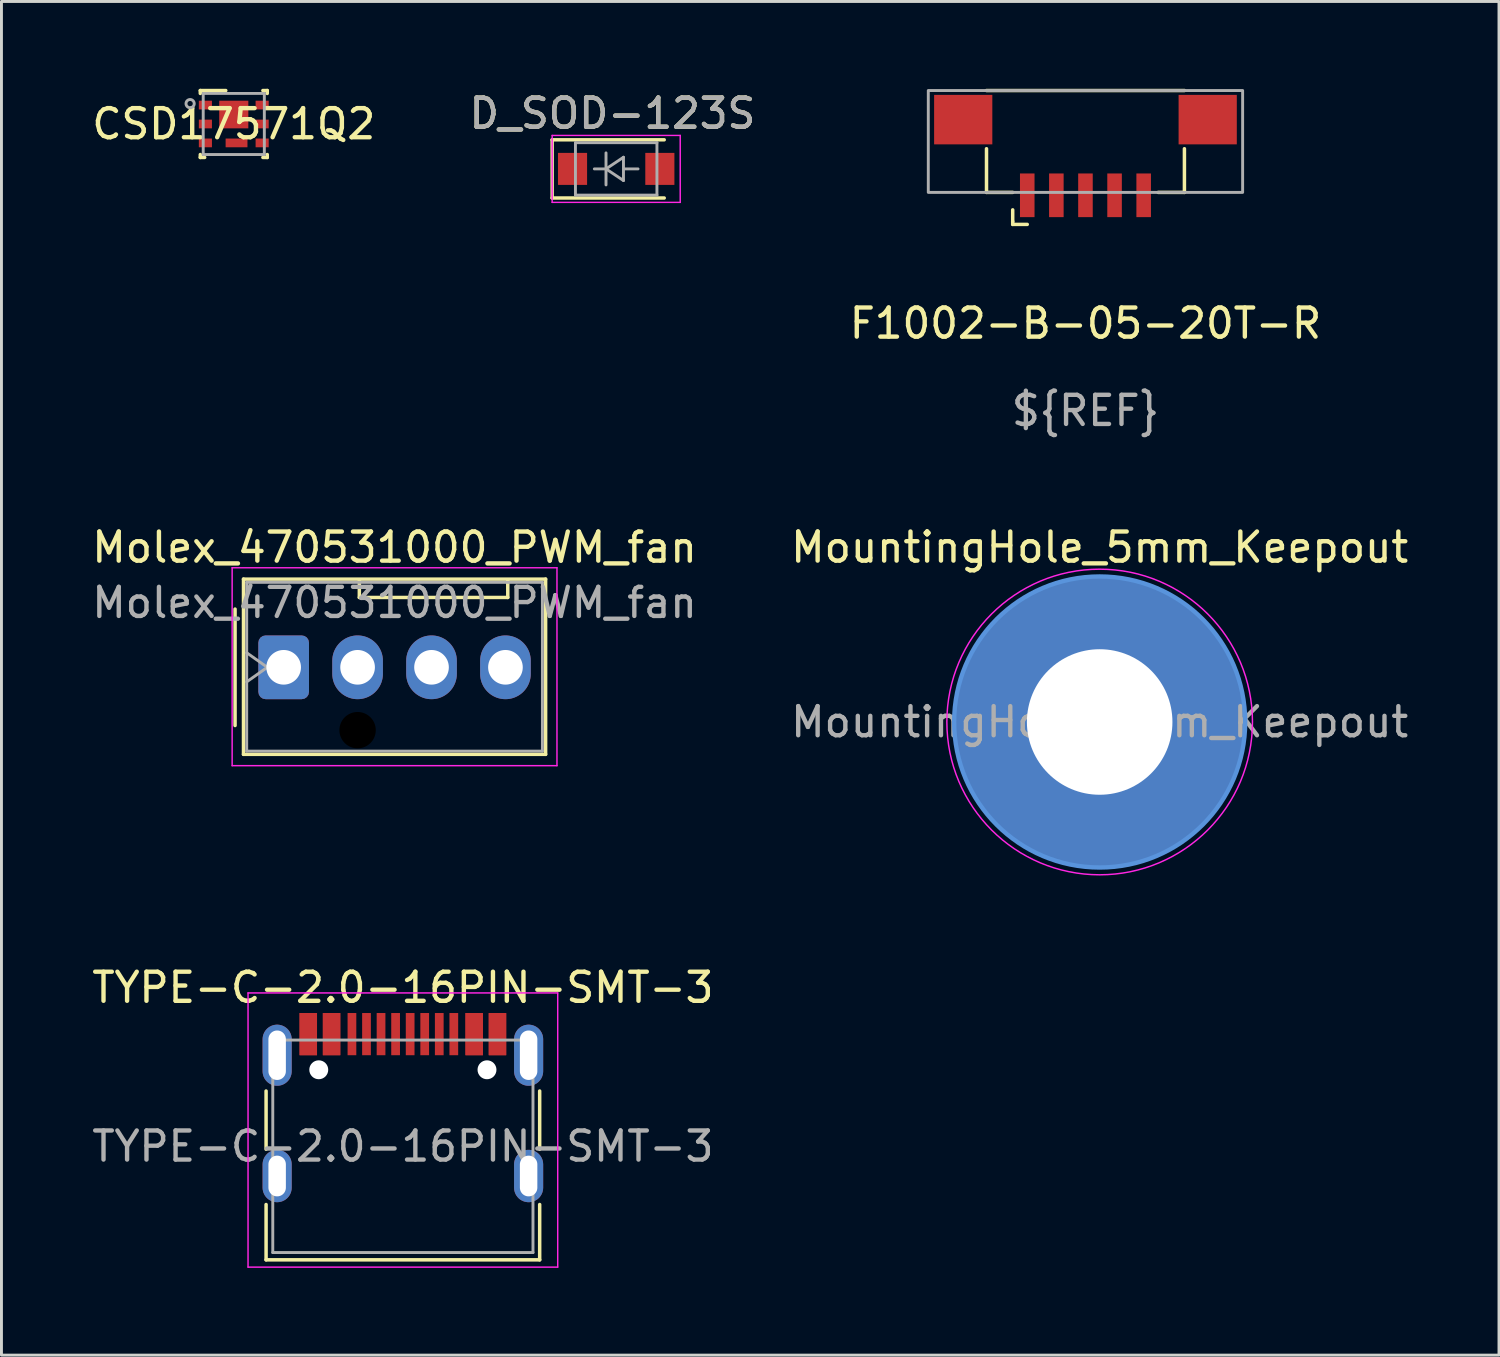
<source format=kicad_pcb>
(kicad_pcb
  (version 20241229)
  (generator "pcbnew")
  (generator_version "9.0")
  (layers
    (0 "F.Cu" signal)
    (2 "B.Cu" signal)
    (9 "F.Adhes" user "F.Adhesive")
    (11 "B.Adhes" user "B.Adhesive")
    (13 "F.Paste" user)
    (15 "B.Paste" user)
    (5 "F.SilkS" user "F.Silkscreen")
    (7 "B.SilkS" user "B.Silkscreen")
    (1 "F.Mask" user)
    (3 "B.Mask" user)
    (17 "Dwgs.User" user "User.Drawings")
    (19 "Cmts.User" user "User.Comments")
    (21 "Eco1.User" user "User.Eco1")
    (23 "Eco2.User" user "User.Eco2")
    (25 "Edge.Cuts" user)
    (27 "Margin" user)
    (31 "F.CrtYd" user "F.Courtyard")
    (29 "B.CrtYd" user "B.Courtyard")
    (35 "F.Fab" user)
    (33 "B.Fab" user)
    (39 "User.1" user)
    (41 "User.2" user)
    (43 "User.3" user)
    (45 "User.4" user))
  (footprint "Molex_470531000_PWM_fan"
    (layer "F.Cu")
    (at 6.696 19.877)
    (property "Reference" "Molex_470531000_PWM_fan" (at 3.81 -4.12 0) (layer "F.SilkS") (effects (font (size 1 1) (thickness 0.15))))
    (attr through_hole)
    (fp_line (start -1.67 -2) (end -1.67 2) (stroke (width 0.12) (type solid)) (layer "F.SilkS"))
    (fp_line (start -1.38 -3.03) (end -1.38 2.99) (stroke (width 0.12) (type solid)) (layer "F.SilkS"))
    (fp_line (start -1.38 2.99) (end 9 2.99) (stroke (width 0.12) (type solid)) (layer "F.SilkS"))
    (fp_line (start 2.6 -2.4) (end 2.6 -3) (stroke (width 0.12) (type solid)) (layer "F.SilkS"))
    (fp_line (start 2.6 -2.4) (end 7.7 -2.4) (stroke (width 0.12) (type solid)) (layer "F.SilkS"))
    (fp_line (start 7.7 -2.4) (end 7.7 -3) (stroke (width 0.12) (type solid)) (layer "F.SilkS"))
    (fp_line (start 9 -3.03) (end -1.38 -3.03) (stroke (width 0.12) (type solid)) (layer "F.SilkS"))
    (fp_line (start 9 2.99) (end 9 -3.03) (stroke (width 0.12) (type solid)) (layer "F.SilkS"))
    (fp_line (start -1.77 -3.42) (end -1.77 3.38) (stroke (width 0.05) (type solid)) (layer "F.CrtYd"))
    (fp_line (start -1.77 3.38) (end 9.39 3.38) (stroke (width 0.05) (type solid)) (layer "F.CrtYd"))
    (fp_line (start 9.39 -3.42) (end -1.77 -3.42) (stroke (width 0.05) (type solid)) (layer "F.CrtYd"))
    (fp_line (start 9.39 3.38) (end 9.39 -3.42) (stroke (width 0.05) (type solid)) (layer "F.CrtYd"))
    (fp_line (start -1.27 -2.92) (end -1.27 2.88) (stroke (width 0.1) (type solid)) (layer "F.Fab"))
    (fp_line (start -1.27 -0.5) (end -0.563 0) (stroke (width 0.1) (type solid)) (layer "F.Fab"))
    (fp_line (start -1.27 2.88) (end 8.89 2.88) (stroke (width 0.1) (type solid)) (layer "F.Fab"))
    (fp_line (start -0.563 0) (end -1.27 0.5) (stroke (width 0.1) (type solid)) (layer "F.Fab"))
    (fp_line (start 8.89 -2.92) (end -1.27 -2.92) (stroke (width 0.1) (type solid)) (layer "F.Fab"))
    (fp_line (start 8.89 2.88) (end 8.89 -2.92) (stroke (width 0.1) (type solid)) (layer "F.Fab"))
    (fp_text user "${REFERENCE}" (at 3.81 -2.22 0) (layer "F.Fab") (effects (font (size 1 1) (thickness 0.15))))
    (pad "" np_thru_hole circle (at 2.54 2.16) (size 1.5 1.5) (drill 1.25) (layers "*.Mask"))
    (pad "1" thru_hole roundrect (at 0 0) (size 1.74 2.19) (drill 1.19) (layers "*.Cu" "*.Mask") (roundrect_rratio 0.144))
    (pad "2" thru_hole oval (at 2.54 0) (size 1.74 2.19) (drill 1.19) (layers "*.Cu" "*.Mask"))
    (pad "3" thru_hole oval (at 5.08 0) (size 1.74 2.19) (drill 1.19) (layers "*.Cu" "*.Mask"))
    (pad "4" thru_hole oval (at 7.62 0) (size 1.74 2.19) (drill 1.19) (layers "*.Cu" "*.Mask")))
  (footprint "MountingHole_5mm_Keepout"
    (layer "F.Cu")
    (at 34.732 21.756)
    (property "Reference" "MountingHole_5mm_Keepout" (at 0 -6 0) (layer "F.SilkS") (effects (font (size 1 1) (thickness 0.15))))
    (attr exclude_from_pos_files exclude_from_bom)
    (fp_circle (center 0 0) (end 5 0) (stroke (width 0.15) (type solid)) (fill no) (layer "Cmts.User"))
    (fp_circle (center 0 0) (end 5.25 0) (stroke (width 0.05) (type solid)) (fill no) (layer "F.CrtYd"))
    (fp_text user "${REFERENCE}" (at 0 0 0) (layer "F.Fab") (effects (font (size 1 1) (thickness 0.15))))
    (pad "" thru_hole circle (at 0 0) (size 10 10) (drill 5) (layers "*.Cu" "*.Mask")))
  (footprint "TYPE-C-2.0-16PIN-SMT-3"
    (layer "F.Cu")
    (at 10.792 36.335)
    (property "Reference" "TYPE-C-2.0-16PIN-SMT-3" (at 0 -5.455 0) (layer "F.SilkS") (effects (font (size 1 1) (thickness 0.15))))
    (attr smd)
    (fp_line (start -4.7 -1.9) (end -4.7 0.1) (stroke (width 0.12) (type solid)) (layer "F.SilkS"))
    (fp_line (start -4.7 2) (end -4.7 3.9) (stroke (width 0.12) (type solid)) (layer "F.SilkS"))
    (fp_line (start -4.7 3.9) (end 4.7 3.9) (stroke (width 0.12) (type solid)) (layer "F.SilkS"))
    (fp_line (start 4.7 -1.9) (end 4.7 0.1) (stroke (width 0.12) (type solid)) (layer "F.SilkS"))
    (fp_line (start 4.7 2) (end 4.7 3.9) (stroke (width 0.12) (type solid)) (layer "F.SilkS"))
    (fp_line (start -5.32 -5.27) (end -5.32 4.15) (stroke (width 0.05) (type solid)) (layer "F.CrtYd"))
    (fp_line (start -5.32 -5.27) (end 5.32 -5.27) (stroke (width 0.05) (type solid)) (layer "F.CrtYd"))
    (fp_line (start -5.32 4.15) (end 5.32 4.15) (stroke (width 0.05) (type solid)) (layer "F.CrtYd"))
    (fp_line (start 5.32 -5.27) (end 5.32 4.15) (stroke (width 0.05) (type solid)) (layer "F.CrtYd"))
    (fp_line (start -4.47 -3.65) (end -4.47 3.65) (stroke (width 0.1) (type solid)) (layer "F.Fab"))
    (fp_line (start -4.47 -3.65) (end 4.47 -3.65) (stroke (width 0.1) (type solid)) (layer "F.Fab"))
    (fp_line (start -4.47 3.65) (end 4.47 3.65) (stroke (width 0.1) (type solid)) (layer "F.Fab"))
    (fp_line (start 4.47 -3.65) (end 4.47 3.65) (stroke (width 0.1) (type solid)) (layer "F.Fab"))
    (fp_text user "${REFERENCE}" (at 0 0 0) (layer "F.Fab") (effects (font (size 1 1) (thickness 0.15))))
    (pad "" np_thru_hole circle (at -2.89 -2.63) (size 0.65 0.65) (drill 0.65) (layers "*.Cu" "*.Mask"))
    (pad "" np_thru_hole circle (at 2.89 -2.63) (size 0.65 0.65) (drill 0.65) (layers "*.Cu" "*.Mask"))
    (pad "A1" smd rect (at -3.25 -3.855) (size 0.6 1.45) (layers "F.Cu" "F.Mask" "F.Paste"))
    (pad "A4" smd rect (at -2.45 -3.855) (size 0.6 1.45) (layers "F.Cu" "F.Mask" "F.Paste"))
    (pad "A5" smd rect (at -1.25 -3.855) (size 0.3 1.45) (layers "F.Cu" "F.Mask" "F.Paste"))
    (pad "A6" smd rect (at -0.25 -3.855) (size 0.3 1.45) (layers "F.Cu" "F.Mask" "F.Paste"))
    (pad "A7" smd rect (at 0.25 -3.855) (size 0.3 1.45) (layers "F.Cu" "F.Mask" "F.Paste"))
    (pad "A8" smd rect (at 1.25 -3.855) (size 0.3 1.45) (layers "F.Cu" "F.Mask" "F.Paste"))
    (pad "A9" smd rect (at 2.45 -3.855) (size 0.6 1.45) (layers "F.Cu" "F.Mask" "F.Paste"))
    (pad "A12" smd rect (at 3.25 -3.855) (size 0.6 1.45) (layers "F.Cu" "F.Mask" "F.Paste"))
    (pad "B1" smd rect (at 3.25 -3.855) (size 0.6 1.45) (layers "F.Cu" "F.Mask" "F.Paste"))
    (pad "B4" smd rect (at 2.45 -3.855) (size 0.6 1.45) (layers "F.Cu" "F.Mask" "F.Paste"))
    (pad "B5" smd rect (at 1.75 -3.855) (size 0.3 1.45) (layers "F.Cu" "F.Mask" "F.Paste"))
    (pad "B6" smd rect (at 0.75 -3.855) (size 0.3 1.45) (layers "F.Cu" "F.Mask" "F.Paste"))
    (pad "B7" smd rect (at -0.75 -3.855) (size 0.3 1.45) (layers "F.Cu" "F.Mask" "F.Paste"))
    (pad "B8" smd rect (at -1.75 -3.855) (size 0.3 1.45) (layers "F.Cu" "F.Mask" "F.Paste"))
    (pad "B9" smd rect (at -2.45 -3.855) (size 0.6 1.45) (layers "F.Cu" "F.Mask" "F.Paste"))
    (pad "B12" smd rect (at -3.25 -3.855) (size 0.6 1.45) (layers "F.Cu" "F.Mask" "F.Paste"))
    (pad "S1" thru_hole oval (at -4.32 -3.13) (size 1 2.1) (drill oval 0.6 1.7) (layers "*.Cu" "*.Mask"))
    (pad "S1" thru_hole oval (at -4.32 1.02) (size 1 1.8) (drill oval 0.6 1.4) (layers "*.Cu" "*.Mask"))
    (pad "S1" thru_hole oval (at 4.32 -3.13) (size 1 2.1) (drill oval 0.6 1.7) (layers "*.Cu" "*.Mask"))
    (pad "S1" thru_hole oval (at 4.32 1.02) (size 1 1.8) (drill oval 0.6 1.4) (layers "*.Cu" "*.Mask")))
  (footprint "D_SOD-123S"
    (layer "F.Cu")
    (at 18.121 2.753)
    (property "Reference" "D_SOD-123S" (at -0.127 -1.905 0) (layer "F.SilkS") (effects (font (size 1 1) (thickness 0.15))))
    (attr smd)
    (fp_line (start -2.2 -1) (end -2.2 1) (stroke (width 0.12) (type solid)) (layer "F.SilkS"))
    (fp_line (start -2.2 -1) (end 1.65 -1) (stroke (width 0.12) (type solid)) (layer "F.SilkS"))
    (fp_line (start -2.2 1) (end 1.65 1) (stroke (width 0.12) (type solid)) (layer "F.SilkS"))
    (fp_line (start -2.2 -1.15) (end -2.2 1.15) (stroke (width 0.05) (type solid)) (layer "F.CrtYd"))
    (fp_line (start -2.2 -1.15) (end 2.2 -1.15) (stroke (width 0.05) (type solid)) (layer "F.CrtYd"))
    (fp_line (start 2.2 -1.15) (end 2.2 1.15) (stroke (width 0.05) (type solid)) (layer "F.CrtYd"))
    (fp_line (start 2.2 1.15) (end -2.2 1.15) (stroke (width 0.05) (type solid)) (layer "F.CrtYd"))
    (fp_line (start -1.4 -0.9) (end 1.4 -0.9) (stroke (width 0.1) (type solid)) (layer "F.Fab"))
    (fp_line (start -1.4 0.9) (end -1.4 -0.9) (stroke (width 0.1) (type solid)) (layer "F.Fab"))
    (fp_line (start -0.75 0) (end -0.35 0) (stroke (width 0.1) (type solid)) (layer "F.Fab"))
    (fp_line (start -0.35 0) (end -0.35 -0.55) (stroke (width 0.1) (type solid)) (layer "F.Fab"))
    (fp_line (start -0.35 0) (end -0.35 0.55) (stroke (width 0.1) (type solid)) (layer "F.Fab"))
    (fp_line (start -0.35 0) (end 0.25 -0.4) (stroke (width 0.1) (type solid)) (layer "F.Fab"))
    (fp_line (start 0.25 -0.4) (end 0.25 0.4) (stroke (width 0.1) (type solid)) (layer "F.Fab"))
    (fp_line (start 0.25 0) (end 0.75 0) (stroke (width 0.1) (type solid)) (layer "F.Fab"))
    (fp_line (start 0.25 0.4) (end -0.35 0) (stroke (width 0.1) (type solid)) (layer "F.Fab"))
    (fp_line (start 1.4 -0.9) (end 1.4 0.9) (stroke (width 0.1) (type solid)) (layer "F.Fab"))
    (fp_line (start 1.4 0.9) (end -1.4 0.9) (stroke (width 0.1) (type solid)) (layer "F.Fab"))
    (fp_text user "${REFERENCE}" (at -0.127 -1.905 0) (layer "F.Fab") (effects (font (size 1 1) (thickness 0.15))))
    (pad "1" smd rect (at -1.5 0) (size 1 1.1) (layers "F.Cu" "F.Mask" "F.Paste"))
    (pad "2" smd rect (at 1.5 0) (size 1 1.1) (layers "F.Cu" "F.Mask" "F.Paste")))
  (footprint "CSD17571Q2"
    (layer "F.Cu")
    (at 4.982 1.21)
    (property "Reference" "CSD17571Q2" (at 0 0 0) (layer "F.SilkS") (effects (font (size 1 1) (thickness 0.15))))
    (attr through_hole)
    (fp_line (start -1.15 -1.15) (end -0.275 -1.15) (stroke (width 0.12) (type solid)) (layer "F.SilkS"))
    (fp_line (start -1.15 -1.05) (end -1.15 -1.15) (stroke (width 0.12) (type solid)) (layer "F.SilkS"))
    (fp_line (start -1.15 1.15) (end -1.15 1.05) (stroke (width 0.12) (type solid)) (layer "F.SilkS"))
    (fp_line (start -1.15 1.15) (end -1 1.15) (stroke (width 0.12) (type solid)) (layer "F.SilkS"))
    (fp_line (start 1 -1.15) (end 1.15 -1.15) (stroke (width 0.12) (type solid)) (layer "F.SilkS"))
    (fp_line (start 1 1.15) (end 1.15 1.15) (stroke (width 0.12) (type solid)) (layer "F.SilkS"))
    (fp_line (start 1.15 -1.05) (end 1.15 -1.15) (stroke (width 0.12) (type solid)) (layer "F.SilkS"))
    (fp_line (start 1.15 1.15) (end 1.15 1.05) (stroke (width 0.12) (type solid)) (layer "F.SilkS"))
    (fp_poly (pts (xy -0.45 0.053) (xy -0.45 -0.703) (xy -0.449 -0.713) (xy -0.446 -0.723) (xy -0.441 -0.732) (xy -0.435 -0.74) (xy -0.427 -0.746) (xy -0.418 -0.751) (xy -0.408 -0.754) (xy -0.398 -0.755) (xy 0.398 -0.755) (xy 0.408 -0.754) (xy 0.418 -0.751) (xy 0.427 -0.746) (xy 0.435 -0.74) (xy 0.441 -0.732) (xy 0.446 -0.723) (xy 0.449 -0.713) (xy 0.45 -0.703) (xy 0.45 0.053) (xy 0.449 0.063) (xy 0.446 0.073) (xy 0.441 0.082) (xy 0.435 0.09) (xy 0.427 0.096) (xy 0.418 0.101) (xy 0.408 0.104) (xy 0.398 0.105) (xy -0.398 0.105) (xy -0.408 0.104) (xy -0.418 0.101) (xy -0.427 0.096) (xy -0.435 0.09) (xy -0.441 0.082) (xy -0.446 0.073) (xy -0.449 0.063)) (stroke (width 0.1) (type solid)) (fill yes) (layer "F.Paste"))
    (fp_poly (pts (xy -0.255 0.746) (xy -0.255 0.554) (xy -0.254 0.545) (xy -0.251 0.535) (xy -0.247 0.527) (xy -0.241 0.519) (xy -0.233 0.513) (xy -0.225 0.509) (xy -0.215 0.506) (xy -0.206 0.505) (xy 0.396 0.505) (xy 0.405 0.506) (xy 0.415 0.509) (xy 0.423 0.513) (xy 0.431 0.519) (xy 0.437 0.527) (xy 0.441 0.535) (xy 0.444 0.545) (xy 0.445 0.554) (xy 0.445 0.746) (xy 0.444 0.755) (xy 0.441 0.765) (xy 0.437 0.773) (xy 0.431 0.781) (xy 0.423 0.787) (xy 0.415 0.791) (xy 0.405 0.794) (xy 0.396 0.795) (xy -0.206 0.795) (xy -0.215 0.794) (xy -0.225 0.791) (xy -0.233 0.787) (xy -0.241 0.781) (xy -0.247 0.773) (xy -0.251 0.765) (xy -0.254 0.755)) (stroke (width 0.1) (type solid)) (fill yes) (layer "F.Paste"))
    (fp_line (start -1.05 -1.05) (end 1.05 -1.05) (stroke (width 0.1) (type solid)) (layer "F.Fab"))
    (fp_line (start -1.05 1.05) (end -1.05 -1.05) (stroke (width 0.1) (type solid)) (layer "F.Fab"))
    (fp_line (start -1.05 1.05) (end 1.05 1.05) (stroke (width 0.1) (type solid)) (layer "F.Fab"))
    (fp_line (start 1.05 1.05) (end 1.05 -1.05) (stroke (width 0.1) (type solid)) (layer "F.Fab"))
    (fp_circle (center -1.5 -0.7) (end -1.359 -0.7) (stroke (width 0.1) (type solid)) (fill no) (layer "F.Fab"))
    (pad "1" smd rect (at -0.975 -0.65) (size 0.45 0.3) (layers "F.Cu" "F.Mask" "F.Paste"))
    (pad "1" smd rect (at -0.975 0) (size 0.45 0.3) (layers "F.Cu" "F.Mask" "F.Paste"))
    (pad "1" smd rect (at 0 -0.325) (size 1 0.95) (layers "F.Cu" "F.Mask"))
    (pad "1" smd rect (at 0.975 -0.65) (size 0.45 0.3) (layers "F.Cu" "F.Mask" "F.Paste"))
    (pad "1" smd rect (at 0.975 0) (size 0.45 0.3) (layers "F.Cu" "F.Mask" "F.Paste"))
    (pad "2" smd rect (at -0.975 0.65) (size 0.45 0.3) (layers "F.Cu" "F.Mask" "F.Paste"))
    (pad "3" smd rect (at 0.095 0.65) (size 0.75 0.3) (layers "F.Cu" "F.Mask"))
    (pad "3" smd rect (at 0.975 0.65) (size 0.45 0.3) (layers "F.Cu" "F.Mask" "F.Paste")))
  (footprint "F1002-B-05-20T-R"
    (layer "F.Cu")
    (at 34.244 2.36)
    (property "Reference" "F1002-B-05-20T-R" (at 0 5.7 0) (unlocked yes) (layer "F.SilkS") (effects (font (size 1 1) (thickness 0.15))))
    (attr smd)
    (fp_line (start -3.4 -2.3) (end 3.4 -2.3) (stroke (width 0.12) (type solid)) (layer "F.SilkS"))
    (fp_line (start -3.4 -0.3) (end -3.4 1.2) (stroke (width 0.12) (type solid)) (layer "F.SilkS"))
    (fp_line (start -3.4 1.2) (end -2.5 1.2) (stroke (width 0.12) (type solid)) (layer "F.SilkS"))
    (fp_line (start -2.5 1.8) (end -2.5 2.2) (stroke (width 0.12) (type solid)) (layer "F.SilkS"))
    (fp_line (start -2.5 2.2) (end -2.5 2.3) (stroke (width 0.12) (type solid)) (layer "F.SilkS"))
    (fp_line (start -2.5 2.3) (end -2 2.3) (stroke (width 0.12) (type solid)) (layer "F.SilkS"))
    (fp_line (start 3.4 -0.3) (end 3.4 1.2) (stroke (width 0.12) (type solid)) (layer "F.SilkS"))
    (fp_line (start 3.4 1.2) (end 2.5 1.2) (stroke (width 0.12) (type solid)) (layer "F.SilkS"))
    (fp_rect (start -5.4 -2.3) (end 5.4 1.2) (stroke (width 0.1) (type solid)) (fill no) (layer "F.Fab"))
    (fp_text user "${REF}" (at 0 8.7 0) (unlocked yes) (layer "F.Fab") (effects (font (size 1 1) (thickness 0.15))))
    (pad "" smd rect (at -4.2 -1.3 90) (size 1.7 2) (layers "F.Cu" "F.Mask" "F.Paste"))
    (pad "" smd rect (at 4.2 -1.3 90) (size 1.7 2) (layers "F.Cu" "F.Mask" "F.Paste"))
    (pad "1" smd rect (at -2 1.3 90) (size 1.5 0.5) (layers "F.Cu" "F.Mask" "F.Paste"))
    (pad "2" smd rect (at -1 1.3 90) (size 1.5 0.5) (layers "F.Cu" "F.Mask" "F.Paste"))
    (pad "3" smd rect (at 0 1.3 90) (size 1.5 0.5) (layers "F.Cu" "F.Mask" "F.Paste"))
    (pad "4" smd rect (at 1 1.3 90) (size 1.5 0.5) (layers "F.Cu" "F.Mask" "F.Paste"))
    (pad "5" smd rect (at 2 1.3 90) (size 1.5 0.5) (layers "F.Cu" "F.Mask" "F.Paste")))
  (gr_rect
    (start -3 -3)
    (end 48.452 43.51)
    (stroke (width 0.1) (type default))
    (fill no)
    (layer "Edge.Cuts")))
</source>
